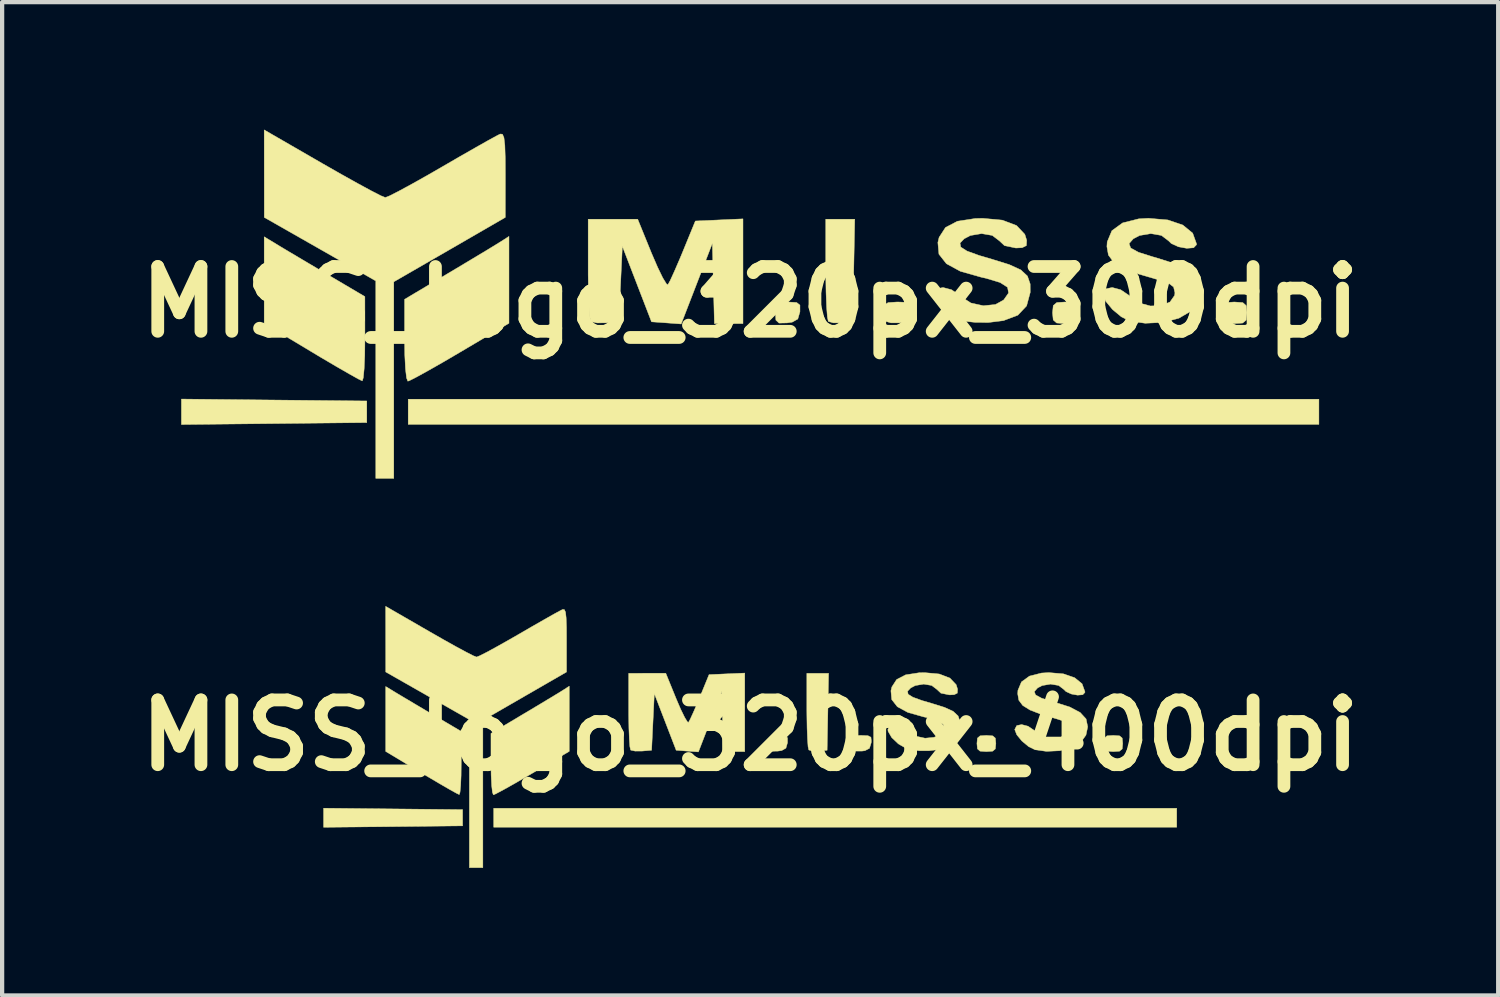
<source format=kicad_pcb>
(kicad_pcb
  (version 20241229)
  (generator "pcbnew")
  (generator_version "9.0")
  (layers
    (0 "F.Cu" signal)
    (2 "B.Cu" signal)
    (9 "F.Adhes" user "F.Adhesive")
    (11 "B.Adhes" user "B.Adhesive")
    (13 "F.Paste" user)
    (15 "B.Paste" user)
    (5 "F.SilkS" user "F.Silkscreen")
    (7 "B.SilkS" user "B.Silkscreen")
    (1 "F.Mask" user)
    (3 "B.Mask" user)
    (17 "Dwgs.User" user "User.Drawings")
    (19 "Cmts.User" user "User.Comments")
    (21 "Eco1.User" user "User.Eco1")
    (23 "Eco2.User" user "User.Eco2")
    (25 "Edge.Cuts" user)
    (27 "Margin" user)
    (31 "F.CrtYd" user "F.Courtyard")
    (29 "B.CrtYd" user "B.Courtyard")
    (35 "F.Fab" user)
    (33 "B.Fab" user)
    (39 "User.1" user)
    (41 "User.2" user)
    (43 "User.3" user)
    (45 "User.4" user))
  (footprint "MISS_logo_320px_300dpi"
    (layer "F.Cu")
    (at 14.594 4.053)
    (property "Reference" "MISS_logo_320px_300dpi" (at 0 0 0) (layer "F.SilkS") (effects (font (size 1.524 1.524) (thickness 0.3))))
    (attr through_hole)
    (fp_poly (pts (xy 13.377 2.879) (xy -8.043 2.879) (xy -8.043 2.286) (xy 13.377 2.286) (xy 13.377 2.879)) (stroke (width 0.01) (type solid)) (fill yes) (layer "F.SilkS"))
    (fp_poly (pts (xy -11.197 2.306) (xy -9.017 2.328) (xy -9.017 2.836) (xy -11.197 2.859) (xy -13.377 2.882) (xy -13.377 2.283) (xy -11.197 2.306)) (stroke (width 0.01) (type solid)) (fill yes) (layer "F.SilkS"))
    (fp_poly (pts (xy 2.436 -0.741) (xy 2.413 0.466) (xy 2.156 0.491) (xy 1.955 0.491) (xy 1.838 0.456) (xy 1.816 0.353) (xy 1.798 0.114) (xy 1.785 -0.229) (xy 1.778 -0.644) (xy 1.778 -0.776) (xy 1.778 -1.947) (xy 2.46 -1.947) (xy 2.436 -0.741)) (stroke (width 0.01) (type solid)) (fill yes) (layer "F.SilkS"))
    (fp_poly (pts (xy 7.607 0.014) (xy 7.689 0.086) (xy 7.705 0.254) (xy 7.688 0.425) (xy 7.604 0.495) (xy 7.408 0.508) (xy 7.209 0.494) (xy 7.128 0.422) (xy 7.112 0.254) (xy 7.129 0.083) (xy 7.212 0.013) (xy 7.408 0) (xy 7.607 0.014)) (stroke (width 0.01) (type solid)) (fill yes) (layer "F.SilkS"))
    (fp_poly (pts (xy 11.587 0.014) (xy 11.668 0.086) (xy 11.684 0.254) (xy 11.667 0.425) (xy 11.584 0.495) (xy 11.388 0.508) (xy 11.189 0.494) (xy 11.107 0.422) (xy 11.091 0.254) (xy 11.108 0.083) (xy 11.192 0.013) (xy 11.388 0) (xy 11.587 0.014)) (stroke (width 0.01) (type solid)) (fill yes) (layer "F.SilkS"))
    (fp_poly (pts (xy 1.094 0.012) (xy 1.171 0.074) (xy 1.171 0.226) (xy 1.17 0.233) (xy 1.121 0.4) (xy 0.989 0.474) (xy 0.868 0.492) (xy 0.679 0.496) (xy 0.605 0.426) (xy 0.593 0.259) (xy 0.608 0.086) (xy 0.689 0.014) (xy 0.886 0.000007) (xy 0.895 0) (xy 1.094 0.012)) (stroke (width 0.01) (type solid)) (fill yes) (layer "F.SilkS"))
    (fp_poly (pts (xy 3.695 0.009) (xy 3.788 0.057) (xy 3.8 0.177) (xy 3.794 0.233) (xy 3.741 0.405) (xy 3.6 0.478) (xy 3.511 0.491) (xy 3.31 0.491) (xy 3.193 0.456) (xy 3.145 0.331) (xy 3.133 0.198) (xy 3.153 0.071) (xy 3.246 0.014) (xy 3.458 0.000032) (xy 3.477 0) (xy 3.695 0.009)) (stroke (width 0.01) (type solid)) (fill yes) (layer "F.SilkS"))
    (fp_poly (pts (xy -11.07 -1.316) (xy -10.845 -1.181) (xy -10.523 -0.99) (xy -10.152 -0.77) (xy -9.886 -0.613) (xy -9.062 -0.127) (xy -9.061 0.868) (xy -9.065 1.255) (xy -9.079 1.57) (xy -9.099 1.781) (xy -9.123 1.856) (xy -9.214 1.812) (xy -9.423 1.695) (xy -9.724 1.522) (xy -10.091 1.306) (xy -10.308 1.176) (xy -11.43 0.503) (xy -11.43 -1.534) (xy -11.07 -1.316)) (stroke (width 0.01) (type solid)) (fill yes) (layer "F.SilkS"))
    (fp_poly (pts (xy -5.673 0.5) (xy -6.825 1.181) (xy -7.222 1.414) (xy -7.57 1.612) (xy -7.842 1.762) (xy -8.011 1.848) (xy -8.052 1.863) (xy -8.082 1.784) (xy -8.107 1.569) (xy -8.123 1.252) (xy -8.128 0.9) (xy -8.128 -0.063) (xy -7.091 -0.681) (xy -6.701 -0.914) (xy -6.349 -1.125) (xy -6.068 -1.295) (xy -5.891 -1.404) (xy -5.863 -1.421) (xy -5.673 -1.543) (xy -5.673 0.5)) (stroke (width 0.01) (type solid)) (fill yes) (layer "F.SilkS"))
    (fp_poly (pts (xy -10.054 -3.253) (xy -9.616 -3.003) (xy -9.225 -2.785) (xy -8.906 -2.612) (xy -8.683 -2.498) (xy -8.582 -2.457) (xy -8.582 -2.457) (xy -8.48 -2.497) (xy -8.259 -2.61) (xy -7.944 -2.781) (xy -7.562 -2.996) (xy -7.243 -3.18) (xy -6.824 -3.423) (xy -6.451 -3.636) (xy -6.15 -3.806) (xy -5.948 -3.916) (xy -5.878 -3.951) (xy -5.826 -3.946) (xy -5.791 -3.866) (xy -5.77 -3.687) (xy -5.76 -3.385) (xy -5.758 -2.994) (xy -5.759 -1.99) (xy -7.07 -1.232) (xy -8.382 -0.475) (xy -8.382 4.149) (xy -8.805 4.149) (xy -8.805 -0.496) (xy -10.117 -1.243) (xy -11.428 -1.99) (xy -11.429 -3.019) (xy -11.43 -4.048) (xy -10.054 -3.253)) (stroke (width 0.01) (type solid)) (fill yes) (layer "F.SilkS"))
    (fp_poly (pts (xy -0.169 0.508) (xy -0.841 0.508) (xy -0.865 -0.436) (xy -0.889 -1.38) (xy -1.256 -0.432) (xy -1.623 0.517) (xy -1.971 0.491) (xy -2.32 0.466) (xy -3.006 -1.312) (xy -3.048 -0.423) (xy -3.09 0.466) (xy -3.39 0.491) (xy -3.605 0.492) (xy -3.741 0.462) (xy -3.75 0.456) (xy -3.771 0.353) (xy -3.79 0.114) (xy -3.803 -0.229) (xy -3.81 -0.644) (xy -3.81 -0.776) (xy -3.81 -1.947) (xy -3.228 -1.947) (xy -2.645 -1.947) (xy -2.319 -1.146) (xy -2.178 -0.82) (xy -2.057 -0.57) (xy -1.969 -0.426) (xy -1.936 -0.405) (xy -1.88 -0.506) (xy -1.78 -0.725) (xy -1.651 -1.024) (xy -1.584 -1.185) (xy -1.289 -1.905) (xy -0.169 -1.955) (xy -0.169 0.508)) (stroke (width 0.01) (type solid)) (fill yes) (layer "F.SilkS"))
    (fp_poly (pts (xy 5.932 -1.925) (xy 6.266 -1.798) (xy 6.46 -1.592) (xy 6.504 -1.452) (xy 6.497 -1.327) (xy 6.397 -1.277) (xy 6.249 -1.27) (xy 5.982 -1.326) (xy 5.862 -1.439) (xy 5.694 -1.566) (xy 5.444 -1.609) (xy 5.179 -1.564) (xy 5.033 -1.487) (xy 4.936 -1.385) (xy 4.953 -1.292) (xy 5.1 -1.198) (xy 5.39 -1.093) (xy 5.678 -1.009) (xy 6.093 -0.88) (xy 6.366 -0.755) (xy 6.522 -0.61) (xy 6.586 -0.424) (xy 6.587 -0.225) (xy 6.502 0.091) (xy 6.296 0.31) (xy 5.957 0.438) (xy 5.61 0.481) (xy 5.301 0.48) (xy 5.03 0.45) (xy 4.911 0.417) (xy 4.648 0.265) (xy 4.438 0.067) (xy 4.326 -0.129) (xy 4.318 -0.184) (xy 4.38 -0.307) (xy 4.536 -0.341) (xy 4.736 -0.288) (xy 4.933 -0.155) (xy 4.96 -0.127) (xy 5.192 0.024) (xy 5.485 0.088) (xy 5.77 0.059) (xy 5.963 -0.048) (xy 6.078 -0.212) (xy 6.054 -0.346) (xy 5.88 -0.458) (xy 5.548 -0.558) (xy 5.436 -0.583) (xy 4.945 -0.722) (xy 4.616 -0.901) (xy 4.44 -1.125) (xy 4.415 -1.399) (xy 4.444 -1.52) (xy 4.594 -1.752) (xy 4.874 -1.899) (xy 5.295 -1.964) (xy 5.47 -1.968) (xy 5.932 -1.925)) (stroke (width 0.01) (type solid)) (fill yes) (layer "F.SilkS"))
    (fp_poly (pts (xy 9.823 -1.93) (xy 10.176 -1.81) (xy 10.408 -1.62) (xy 10.498 -1.37) (xy 10.499 -1.348) (xy 10.431 -1.276) (xy 10.269 -1.263) (xy 10.073 -1.299) (xy 9.904 -1.377) (xy 9.841 -1.439) (xy 9.673 -1.566) (xy 9.423 -1.609) (xy 9.158 -1.564) (xy 9.012 -1.487) (xy 8.912 -1.374) (xy 8.95 -1.27) (xy 9.134 -1.169) (xy 9.476 -1.061) (xy 9.532 -1.046) (xy 10.019 -0.892) (xy 10.35 -0.719) (xy 10.535 -0.516) (xy 10.586 -0.269) (xy 10.531 -0.009) (xy 10.37 0.214) (xy 10.084 0.381) (xy 9.712 0.48) (xy 9.292 0.5) (xy 8.932 0.448) (xy 8.731 0.349) (xy 8.523 0.176) (xy 8.361 -0.02) (xy 8.297 -0.185) (xy 8.36 -0.308) (xy 8.515 -0.341) (xy 8.715 -0.288) (xy 8.912 -0.155) (xy 8.94 -0.127) (xy 9.157 0.025) (xy 9.415 0.094) (xy 9.67 0.084) (xy 9.875 -0.000381) (xy 9.984 -0.156) (xy 9.991 -0.217) (xy 9.959 -0.354) (xy 9.838 -0.445) (xy 9.631 -0.513) (xy 9.129 -0.66) (xy 8.775 -0.797) (xy 8.547 -0.94) (xy 8.426 -1.104) (xy 8.391 -1.304) (xy 8.398 -1.414) (xy 8.508 -1.677) (xy 8.76 -1.86) (xy 9.14 -1.956) (xy 9.366 -1.969) (xy 9.823 -1.93)) (stroke (width 0.01) (type solid)) (fill yes) (layer "F.SilkS")))
  (footprint "MISS_logo_320px_400dpi"
    (layer "F.Cu")
    (at 14.594 14.247)
    (property "Reference" "MISS_logo_320px_400dpi" (at 0 0 0) (layer "F.SilkS") (effects (font (size 1.524 1.524) (thickness 0.3))))
    (attr through_hole)
    (fp_poly (pts (xy 10.033 2.159) (xy -6.032 2.159) (xy -6.032 1.714) (xy 10.033 1.714) (xy 10.033 2.159)) (stroke (width 0.01) (type solid)) (fill yes) (layer "F.SilkS"))
    (fp_poly (pts (xy -8.398 1.729) (xy -6.763 1.746) (xy -6.763 2.127) (xy -10.033 2.161) (xy -10.033 1.712) (xy -8.398 1.729)) (stroke (width 0.01) (type solid)) (fill yes) (layer "F.SilkS"))
    (fp_poly (pts (xy 1.81 0.349) (xy 1.617 0.368) (xy 1.466 0.368) (xy 1.379 0.342) (xy 1.362 0.265) (xy 1.349 0.085) (xy 1.339 -0.172) (xy 1.334 -0.483) (xy 1.333 -0.582) (xy 1.333 -1.46) (xy 1.845 -1.46) (xy 1.81 0.349)) (stroke (width 0.01) (type solid)) (fill yes) (layer "F.SilkS"))
    (fp_poly (pts (xy 5.706 0.011) (xy 5.767 0.064) (xy 5.779 0.191) (xy 5.766 0.318) (xy 5.703 0.371) (xy 5.556 0.381) (xy 5.407 0.37) (xy 5.346 0.317) (xy 5.334 0.191) (xy 5.346 0.063) (xy 5.409 0.01) (xy 5.556 0) (xy 5.706 0.011)) (stroke (width 0.01) (type solid)) (fill yes) (layer "F.SilkS"))
    (fp_poly (pts (xy 8.69 0.011) (xy 8.751 0.064) (xy 8.763 0.191) (xy 8.751 0.318) (xy 8.688 0.371) (xy 8.541 0.381) (xy 8.391 0.37) (xy 8.33 0.317) (xy 8.319 0.191) (xy 8.331 0.063) (xy 8.394 0.01) (xy 8.541 0) (xy 8.69 0.011)) (stroke (width 0.01) (type solid)) (fill yes) (layer "F.SilkS"))
    (fp_poly (pts (xy 0.821 0.009) (xy 0.878 0.056) (xy 0.878 0.169) (xy 0.877 0.175) (xy 0.841 0.3) (xy 0.742 0.356) (xy 0.651 0.369) (xy 0.51 0.372) (xy 0.454 0.32) (xy 0.445 0.195) (xy 0.456 0.065) (xy 0.517 0.011) (xy 0.664 0.000005) (xy 0.671 0) (xy 0.821 0.009)) (stroke (width 0.01) (type solid)) (fill yes) (layer "F.SilkS"))
    (fp_poly (pts (xy 2.771 0.007) (xy 2.841 0.043) (xy 2.85 0.133) (xy 2.846 0.175) (xy 2.806 0.304) (xy 2.7 0.359) (xy 2.633 0.368) (xy 2.482 0.368) (xy 2.395 0.342) (xy 2.359 0.248) (xy 2.349 0.148) (xy 2.365 0.053) (xy 2.435 0.01) (xy 2.593 0.000024) (xy 2.608 0) (xy 2.771 0.007)) (stroke (width 0.01) (type solid)) (fill yes) (layer "F.SilkS"))
    (fp_poly (pts (xy -8.303 -0.987) (xy -8.134 -0.886) (xy -7.892 -0.742) (xy -7.614 -0.577) (xy -7.415 -0.46) (xy -6.797 -0.095) (xy -6.796 0.651) (xy -6.799 0.941) (xy -6.809 1.178) (xy -6.824 1.336) (xy -6.842 1.392) (xy -6.91 1.359) (xy -7.067 1.272) (xy -7.293 1.141) (xy -7.568 0.979) (xy -7.731 0.882) (xy -8.572 0.377) (xy -8.572 -1.15) (xy -8.303 -0.987)) (stroke (width 0.01) (type solid)) (fill yes) (layer "F.SilkS"))
    (fp_poly (pts (xy -4.255 0.375) (xy -5.118 0.886) (xy -5.417 1.06) (xy -5.678 1.209) (xy -5.882 1.321) (xy -6.008 1.386) (xy -6.039 1.397) (xy -6.062 1.338) (xy -6.08 1.177) (xy -6.092 0.939) (xy -6.096 0.675) (xy -6.096 -0.047) (xy -5.318 -0.511) (xy -5.026 -0.685) (xy -4.762 -0.844) (xy -4.551 -0.971) (xy -4.418 -1.053) (xy -4.397 -1.066) (xy -4.255 -1.158) (xy -4.255 0.375)) (stroke (width 0.01) (type solid)) (fill yes) (layer "F.SilkS"))
    (fp_poly (pts (xy -7.541 -2.44) (xy -7.212 -2.252) (xy -6.919 -2.088) (xy -6.679 -1.959) (xy -6.513 -1.874) (xy -6.437 -1.843) (xy -6.437 -1.843) (xy -6.36 -1.873) (xy -6.194 -1.957) (xy -5.958 -2.086) (xy -5.672 -2.247) (xy -5.432 -2.385) (xy -5.118 -2.567) (xy -4.838 -2.727) (xy -4.612 -2.855) (xy -4.461 -2.937) (xy -4.409 -2.963) (xy -4.37 -2.959) (xy -4.343 -2.899) (xy -4.328 -2.765) (xy -4.32 -2.539) (xy -4.319 -2.245) (xy -4.319 -1.492) (xy -5.303 -0.924) (xy -6.287 -0.356) (xy -6.287 3.111) (xy -6.604 3.111) (xy -6.604 -0.372) (xy -7.588 -0.932) (xy -8.571 -1.492) (xy -8.573 -3.036) (xy -7.541 -2.44)) (stroke (width 0.01) (type solid)) (fill yes) (layer "F.SilkS"))
    (fp_poly (pts (xy -0.127 0.381) (xy -0.631 0.381) (xy -0.649 -0.327) (xy -0.667 -1.035) (xy -1.217 0.388) (xy -1.478 0.369) (xy -1.74 0.349) (xy -1.997 -0.318) (xy -2.254 -0.984) (xy -2.318 0.349) (xy -2.542 0.368) (xy -2.704 0.369) (xy -2.806 0.347) (xy -2.812 0.342) (xy -2.829 0.265) (xy -2.842 0.085) (xy -2.852 -0.172) (xy -2.857 -0.483) (xy -2.857 -0.582) (xy -2.857 -1.46) (xy -2.421 -1.461) (xy -1.984 -1.461) (xy -1.739 -0.86) (xy -1.634 -0.615) (xy -1.542 -0.427) (xy -1.477 -0.32) (xy -1.452 -0.304) (xy -1.41 -0.38) (xy -1.335 -0.544) (xy -1.238 -0.768) (xy -1.188 -0.889) (xy -0.967 -1.429) (xy -0.547 -1.448) (xy -0.127 -1.466) (xy -0.127 0.381)) (stroke (width 0.01) (type solid)) (fill yes) (layer "F.SilkS"))
    (fp_poly (pts (xy 4.449 -1.444) (xy 4.699 -1.348) (xy 4.845 -1.194) (xy 4.878 -1.089) (xy 4.873 -0.995) (xy 4.798 -0.958) (xy 4.687 -0.953) (xy 4.486 -0.994) (xy 4.396 -1.079) (xy 4.27 -1.175) (xy 4.083 -1.207) (xy 3.884 -1.173) (xy 3.775 -1.116) (xy 3.702 -1.039) (xy 3.715 -0.969) (xy 3.825 -0.899) (xy 4.042 -0.82) (xy 4.258 -0.757) (xy 4.57 -0.66) (xy 4.775 -0.566) (xy 4.891 -0.457) (xy 4.939 -0.318) (xy 4.94 -0.168) (xy 4.877 0.068) (xy 4.722 0.232) (xy 4.468 0.329) (xy 4.208 0.36) (xy 3.976 0.36) (xy 3.773 0.337) (xy 3.683 0.313) (xy 3.486 0.199) (xy 3.329 0.05) (xy 3.244 -0.097) (xy 3.239 -0.138) (xy 3.285 -0.231) (xy 3.402 -0.256) (xy 3.552 -0.216) (xy 3.7 -0.116) (xy 3.72 -0.095) (xy 3.894 0.018) (xy 4.114 0.066) (xy 4.328 0.045) (xy 4.472 -0.036) (xy 4.559 -0.159) (xy 4.54 -0.259) (xy 4.41 -0.343) (xy 4.161 -0.418) (xy 4.077 -0.437) (xy 3.709 -0.541) (xy 3.462 -0.675) (xy 3.33 -0.843) (xy 3.311 -1.049) (xy 3.333 -1.14) (xy 3.445 -1.314) (xy 3.656 -1.424) (xy 3.971 -1.473) (xy 4.103 -1.476) (xy 4.449 -1.444)) (stroke (width 0.01) (type solid)) (fill yes) (layer "F.SilkS"))
    (fp_poly (pts (xy 7.367 -1.448) (xy 7.632 -1.357) (xy 7.806 -1.215) (xy 7.874 -1.028) (xy 7.874 -1.011) (xy 7.823 -0.957) (xy 7.701 -0.947) (xy 7.554 -0.974) (xy 7.428 -1.032) (xy 7.381 -1.079) (xy 7.255 -1.175) (xy 7.067 -1.207) (xy 6.869 -1.173) (xy 6.759 -1.116) (xy 6.684 -1.03) (xy 6.712 -0.953) (xy 6.851 -0.877) (xy 7.107 -0.796) (xy 7.149 -0.784) (xy 7.515 -0.669) (xy 7.762 -0.539) (xy 7.901 -0.387) (xy 7.939 -0.202) (xy 7.898 -0.007) (xy 7.777 0.161) (xy 7.563 0.286) (xy 7.284 0.36) (xy 6.969 0.375) (xy 6.699 0.336) (xy 6.548 0.262) (xy 6.392 0.132) (xy 6.271 -0.015) (xy 6.223 -0.139) (xy 6.27 -0.231) (xy 6.386 -0.255) (xy 6.536 -0.216) (xy 6.684 -0.116) (xy 6.705 -0.095) (xy 6.867 0.019) (xy 7.062 0.071) (xy 7.253 0.063) (xy 7.406 -0.000286) (xy 7.488 -0.117) (xy 7.493 -0.163) (xy 7.47 -0.266) (xy 7.378 -0.334) (xy 7.223 -0.385) (xy 6.847 -0.495) (xy 6.581 -0.598) (xy 6.41 -0.705) (xy 6.319 -0.828) (xy 6.293 -0.978) (xy 6.298 -1.06) (xy 6.381 -1.258) (xy 6.57 -1.395) (xy 6.855 -1.467) (xy 7.025 -1.477) (xy 7.367 -1.448)) (stroke (width 0.01) (type solid)) (fill yes) (layer "F.SilkS")))
  (gr_rect
    (start -3 -3)
    (end 32.188 20.364)
    (stroke (width 0.1) (type default))
    (fill no)
    (layer "Edge.Cuts")))
</source>
